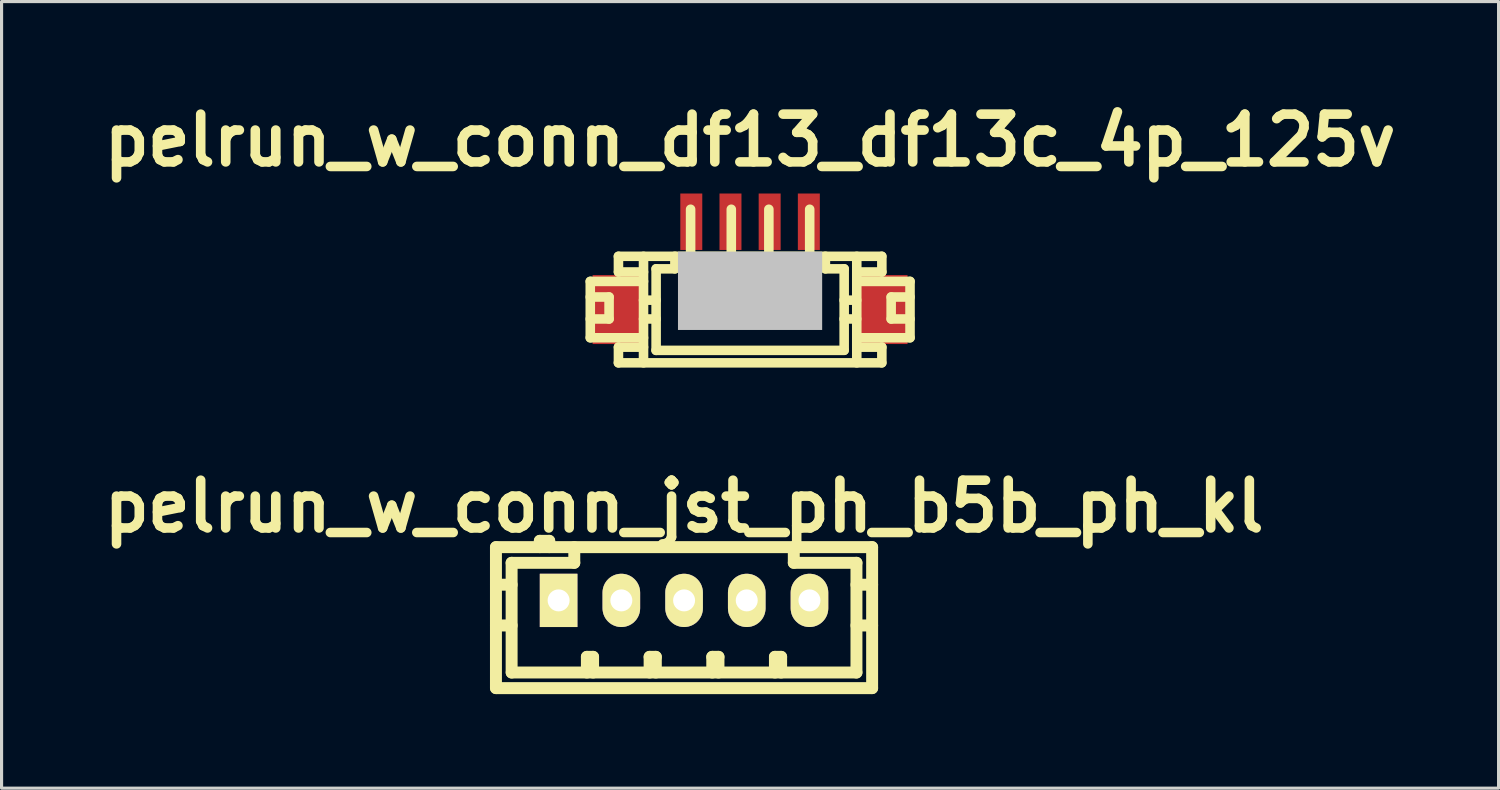
<source format=kicad_pcb>
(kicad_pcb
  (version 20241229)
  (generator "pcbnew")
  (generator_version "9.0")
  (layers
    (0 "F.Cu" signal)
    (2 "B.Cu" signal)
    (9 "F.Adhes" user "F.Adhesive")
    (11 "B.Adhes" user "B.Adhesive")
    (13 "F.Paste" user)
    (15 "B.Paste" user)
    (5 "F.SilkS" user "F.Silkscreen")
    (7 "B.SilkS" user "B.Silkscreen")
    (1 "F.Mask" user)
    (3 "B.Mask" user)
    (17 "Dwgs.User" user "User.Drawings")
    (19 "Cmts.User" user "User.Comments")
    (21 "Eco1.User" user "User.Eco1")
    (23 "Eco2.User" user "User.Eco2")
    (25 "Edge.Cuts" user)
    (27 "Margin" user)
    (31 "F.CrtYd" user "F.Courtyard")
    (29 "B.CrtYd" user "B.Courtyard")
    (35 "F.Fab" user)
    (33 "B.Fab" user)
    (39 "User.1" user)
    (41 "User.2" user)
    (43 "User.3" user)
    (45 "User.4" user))
  (footprint "pelrun_w_conn_jst_ph_b5b_ph_kl"
    (layer "F.Cu")
    (at 18.774 16.104)
    (property "Reference" "pelrun_w_conn_jst_ph_b5b_ph_kl" (at 0 -3 0) (layer "F.SilkS") (effects (font (size 1.524 1.524) (thickness 0.305))))
    (attr through_hole)
    (fp_line (start -6.002 -1.699) (end -6.002 2.799) (stroke (width 0.381) (type solid)) (layer "F.SilkS"))
    (fp_line (start -5.502 -1.199) (end -5.502 2.301) (stroke (width 0.381) (type solid)) (layer "F.SilkS"))
    (fp_line (start -5.502 -0.5) (end -6.002 -0.5) (stroke (width 0.381) (type solid)) (layer "F.SilkS"))
    (fp_line (start -5.502 0.8) (end -6.002 0.8) (stroke (width 0.381) (type solid)) (layer "F.SilkS"))
    (fp_line (start -5.499 2.301) (end 5.499 2.301) (stroke (width 0.381) (type solid)) (layer "F.SilkS"))
    (fp_line (start -4.602 -1.9) (end -4.602 -1.699) (stroke (width 0.381) (type solid)) (layer "F.SilkS"))
    (fp_line (start -4.303 -1.9) (end -4.602 -1.9) (stroke (width 0.381) (type solid)) (layer "F.SilkS"))
    (fp_line (start -4.303 -1.699) (end -4.303 -1.9) (stroke (width 0.381) (type solid)) (layer "F.SilkS"))
    (fp_line (start -3.503 -1.699) (end -3.503 -1.199) (stroke (width 0.381) (type solid)) (layer "F.SilkS"))
    (fp_line (start -3.503 -1.199) (end -5.502 -1.199) (stroke (width 0.381) (type solid)) (layer "F.SilkS"))
    (fp_line (start -3.101 1.801) (end -2.903 1.801) (stroke (width 0.381) (type solid)) (layer "F.SilkS"))
    (fp_line (start -3.101 2.301) (end -3.101 1.801) (stroke (width 0.381) (type solid)) (layer "F.SilkS"))
    (fp_line (start -2.903 1.801) (end -2.903 2.301) (stroke (width 0.381) (type solid)) (layer "F.SilkS"))
    (fp_line (start -1.1 1.801) (end -0.902 1.801) (stroke (width 0.381) (type solid)) (layer "F.SilkS"))
    (fp_line (start -1.1 2.301) (end -1.1 1.801) (stroke (width 0.381) (type solid)) (layer "F.SilkS"))
    (fp_line (start -0.902 1.801) (end -0.902 2.301) (stroke (width 0.381) (type solid)) (layer "F.SilkS"))
    (fp_line (start 0.899 1.801) (end 1.097 1.801) (stroke (width 0.381) (type solid)) (layer "F.SilkS"))
    (fp_line (start 0.899 2.301) (end 0.899 1.801) (stroke (width 0.381) (type solid)) (layer "F.SilkS"))
    (fp_line (start 1.097 1.801) (end 1.097 2.301) (stroke (width 0.381) (type solid)) (layer "F.SilkS"))
    (fp_line (start 2.898 1.801) (end 3.096 1.801) (stroke (width 0.381) (type solid)) (layer "F.SilkS"))
    (fp_line (start 2.898 2.301) (end 2.898 1.801) (stroke (width 0.381) (type solid)) (layer "F.SilkS"))
    (fp_line (start 3.096 1.801) (end 3.096 2.301) (stroke (width 0.381) (type solid)) (layer "F.SilkS"))
    (fp_line (start 3.5 -1.199) (end 3.5 -1.699) (stroke (width 0.381) (type solid)) (layer "F.SilkS"))
    (fp_line (start 5.499 -1.199) (end 3.5 -1.199) (stroke (width 0.381) (type solid)) (layer "F.SilkS"))
    (fp_line (start 5.499 0.8) (end 5.999 0.8) (stroke (width 0.381) (type solid)) (layer "F.SilkS"))
    (fp_line (start 5.499 2.301) (end 5.499 -1.199) (stroke (width 0.381) (type solid)) (layer "F.SilkS"))
    (fp_line (start 5.999 -1.699) (end -5.999 -1.699) (stroke (width 0.381) (type solid)) (layer "F.SilkS"))
    (fp_line (start 5.999 -1.699) (end 5.999 2.799) (stroke (width 0.381) (type solid)) (layer "F.SilkS"))
    (fp_line (start 5.999 -0.5) (end 5.499 -0.5) (stroke (width 0.381) (type solid)) (layer "F.SilkS"))
    (fp_line (start 5.999 2.799) (end -5.999 2.799) (stroke (width 0.381) (type solid)) (layer "F.SilkS"))
    (pad "1" thru_hole rect (at -4.003 0) (size 1.199 1.699) (drill 0.701) (layers "*.Cu" "*.Mask" "F.SilkS"))
    (pad "2" thru_hole oval (at -2.002 0) (size 1.199 1.699) (drill 0.701) (layers "*.Cu" "*.Mask" "F.SilkS"))
    (pad "3" thru_hole oval (at 0 0) (size 1.199 1.699) (drill 0.701) (layers "*.Cu" "*.Mask" "F.SilkS"))
    (pad "4" thru_hole oval (at 1.999 0) (size 1.199 1.699) (drill 0.701) (layers "*.Cu" "*.Mask" "F.SilkS"))
    (pad "5" thru_hole oval (at 4 0) (size 1.199 1.699) (drill 0.701) (layers "*.Cu" "*.Mask" "F.SilkS")))
  (footprint "pelrun_w_conn_df13_df13c_4p_125v"
    (layer "F.Cu")
    (at 20.879 6.026)
    (property "Reference" "pelrun_w_conn_df13_df13c_4p_125v" (at 0 -4.6 0) (layer "F.SilkS") (effects (font (size 1.524 1.524) (thickness 0.305))))
    (attr through_hole)
    (fp_line (start -5.098 -0.099) (end -3.399 -0.099) (stroke (width 0.305) (type solid)) (layer "F.SilkS"))
    (fp_line (start -5.098 0.399) (end -4.498 0.399) (stroke (width 0.305) (type solid)) (layer "F.SilkS"))
    (fp_line (start -5.098 1.699) (end -5.098 -0.099) (stroke (width 0.305) (type solid)) (layer "F.SilkS"))
    (fp_line (start -5.098 1.699) (end -3.399 1.699) (stroke (width 0.305) (type solid)) (layer "F.SilkS"))
    (fp_line (start -4.498 0.399) (end -4.498 1.1) (stroke (width 0.305) (type solid)) (layer "F.SilkS"))
    (fp_line (start -4.498 1.1) (end -5.098 1.1) (stroke (width 0.305) (type solid)) (layer "F.SilkS"))
    (fp_line (start -4.201 -0.899) (end 4.201 -0.899) (stroke (width 0.305) (type solid)) (layer "F.SilkS"))
    (fp_line (start -4.199 -0.399) (end -4.199 -0.899) (stroke (width 0.305) (type solid)) (layer "F.SilkS"))
    (fp_line (start -4.199 2.499) (end -4.199 1.999) (stroke (width 0.305) (type solid)) (layer "F.SilkS"))
    (fp_line (start -3.399 -0.899) (end -3.399 2.499) (stroke (width 0.305) (type solid)) (layer "F.SilkS"))
    (fp_line (start -3.399 -0.399) (end -4.199 -0.399) (stroke (width 0.305) (type solid)) (layer "F.SilkS"))
    (fp_line (start -3.399 0.5) (end -2.997 0.5) (stroke (width 0.305) (type solid)) (layer "F.SilkS"))
    (fp_line (start -3.399 1.1) (end -2.997 1.1) (stroke (width 0.305) (type solid)) (layer "F.SilkS"))
    (fp_line (start -3.399 1.999) (end -4.199 1.999) (stroke (width 0.305) (type solid)) (layer "F.SilkS"))
    (fp_line (start -3 2.101) (end 3 2.101) (stroke (width 0.305) (type solid)) (layer "F.SilkS"))
    (fp_line (start -2.997 -0.5) (end -2.398 -0.5) (stroke (width 0.305) (type solid)) (layer "F.SilkS"))
    (fp_line (start -2.997 2.101) (end -2.997 -0.5) (stroke (width 0.305) (type solid)) (layer "F.SilkS"))
    (fp_line (start -2.398 -0.902) (end -2.398 -0.5) (stroke (width 0.305) (type solid)) (layer "F.SilkS"))
    (fp_line (start -1.999 0.998) (end -1.999 1.199) (stroke (width 0.305) (type solid)) (layer "F.SilkS"))
    (fp_line (start -1.999 1.199) (end -1.798 1.199) (stroke (width 0.305) (type solid)) (layer "F.SilkS"))
    (fp_line (start -1.897 -0.902) (end -1.897 -2.4) (stroke (width 0.305) (type solid)) (layer "F.SilkS"))
    (fp_line (start -1.798 0.998) (end -1.999 0.998) (stroke (width 0.305) (type solid)) (layer "F.SilkS"))
    (fp_line (start -1.798 1.199) (end -1.798 0.998) (stroke (width 0.305) (type solid)) (layer "F.SilkS"))
    (fp_line (start -0.699 1.001) (end -0.5 1.001) (stroke (width 0.305) (type solid)) (layer "F.SilkS"))
    (fp_line (start -0.699 1.199) (end -0.699 1.001) (stroke (width 0.305) (type solid)) (layer "F.SilkS"))
    (fp_line (start -0.599 -0.899) (end -0.599 -2.4) (stroke (width 0.305) (type solid)) (layer "F.SilkS"))
    (fp_line (start -0.5 1.001) (end -0.5 1.199) (stroke (width 0.305) (type solid)) (layer "F.SilkS"))
    (fp_line (start -0.5 1.199) (end -0.699 1.199) (stroke (width 0.305) (type solid)) (layer "F.SilkS"))
    (fp_line (start 0.5 1.001) (end 0.699 1.001) (stroke (width 0.305) (type solid)) (layer "F.SilkS"))
    (fp_line (start 0.5 1.199) (end 0.5 1.001) (stroke (width 0.305) (type solid)) (layer "F.SilkS"))
    (fp_line (start 0.599 -0.899) (end 0.599 -2.4) (stroke (width 0.305) (type solid)) (layer "F.SilkS"))
    (fp_line (start 0.699 1.001) (end 0.699 1.199) (stroke (width 0.305) (type solid)) (layer "F.SilkS"))
    (fp_line (start 0.699 1.199) (end 0.5 1.199) (stroke (width 0.305) (type solid)) (layer "F.SilkS"))
    (fp_line (start 1.803 0.998) (end 2.004 0.998) (stroke (width 0.305) (type solid)) (layer "F.SilkS"))
    (fp_line (start 1.803 1.199) (end 1.803 0.998) (stroke (width 0.305) (type solid)) (layer "F.SilkS"))
    (fp_line (start 1.902 -0.902) (end 1.902 -2.4) (stroke (width 0.305) (type solid)) (layer "F.SilkS"))
    (fp_line (start 2.004 0.998) (end 2.004 1.199) (stroke (width 0.305) (type solid)) (layer "F.SilkS"))
    (fp_line (start 2.004 1.199) (end 1.803 1.199) (stroke (width 0.305) (type solid)) (layer "F.SilkS"))
    (fp_line (start 2.403 -0.5) (end 2.403 -0.902) (stroke (width 0.305) (type solid)) (layer "F.SilkS"))
    (fp_line (start 3 1.1) (end 3.401 1.1) (stroke (width 0.305) (type solid)) (layer "F.SilkS"))
    (fp_line (start 3.002 -0.5) (end 2.403 -0.5) (stroke (width 0.305) (type solid)) (layer "F.SilkS"))
    (fp_line (start 3.002 2.098) (end 3.002 -0.5) (stroke (width 0.305) (type solid)) (layer "F.SilkS"))
    (fp_line (start 3.401 0.5) (end 3 0.5) (stroke (width 0.305) (type solid)) (layer "F.SilkS"))
    (fp_line (start 3.404 -0.899) (end 3.404 2.499) (stroke (width 0.305) (type solid)) (layer "F.SilkS"))
    (fp_line (start 4.201 2.499) (end -4.201 2.499) (stroke (width 0.305) (type solid)) (layer "F.SilkS"))
    (fp_line (start 4.204 -0.399) (end 3.404 -0.399) (stroke (width 0.305) (type solid)) (layer "F.SilkS"))
    (fp_line (start 4.204 -0.399) (end 4.204 -0.899) (stroke (width 0.305) (type solid)) (layer "F.SilkS"))
    (fp_line (start 4.204 1.999) (end 3.404 1.999) (stroke (width 0.305) (type solid)) (layer "F.SilkS"))
    (fp_line (start 4.204 2.499) (end 4.204 1.999) (stroke (width 0.305) (type solid)) (layer "F.SilkS"))
    (fp_line (start 4.501 0.399) (end 4.501 1.1) (stroke (width 0.305) (type solid)) (layer "F.SilkS"))
    (fp_line (start 4.503 0.399) (end 5.103 0.399) (stroke (width 0.305) (type solid)) (layer "F.SilkS"))
    (fp_line (start 4.503 1.1) (end 5.103 1.1) (stroke (width 0.305) (type solid)) (layer "F.SilkS"))
    (fp_line (start 5.103 -0.099) (end 3.404 -0.099) (stroke (width 0.305) (type solid)) (layer "F.SilkS"))
    (fp_line (start 5.103 -0.099) (end 5.103 1.699) (stroke (width 0.305) (type solid)) (layer "F.SilkS"))
    (fp_line (start 5.103 1.699) (end 3.404 1.699) (stroke (width 0.305) (type solid)) (layer "F.SilkS"))
    (pad "" smd rect (at -4.224 0.8) (size 1.6 2.2) (layers "F.Cu" "F.Mask" "F.Paste"))
    (pad "" smd rect (at 0 0.201) (size 4.6 2.499) (layers "Dwgs.User"))
    (pad "" smd rect (at 4.224 0.8) (size 1.6 2.2) (layers "F.Cu" "F.Mask" "F.Paste"))
    (pad "1" smd rect (at -1.875 -2.002) (size 0.701 1.801) (layers "F.Cu" "F.Mask" "F.Paste"))
    (pad "2" smd rect (at -0.625 -2.002) (size 0.701 1.801) (layers "F.Cu" "F.Mask" "F.Paste"))
    (pad "3" smd rect (at 0.625 -2.002) (size 0.701 1.801) (layers "F.Cu" "F.Mask" "F.Paste"))
    (pad "4" smd rect (at 1.875 -2.002) (size 0.701 1.801) (layers "F.Cu" "F.Mask" "F.Paste")))
  (gr_rect
    (start -3 -3)
    (end 44.758 22.094)
    (stroke (width 0.1) (type default))
    (fill no)
    (layer "Edge.Cuts")))
</source>
